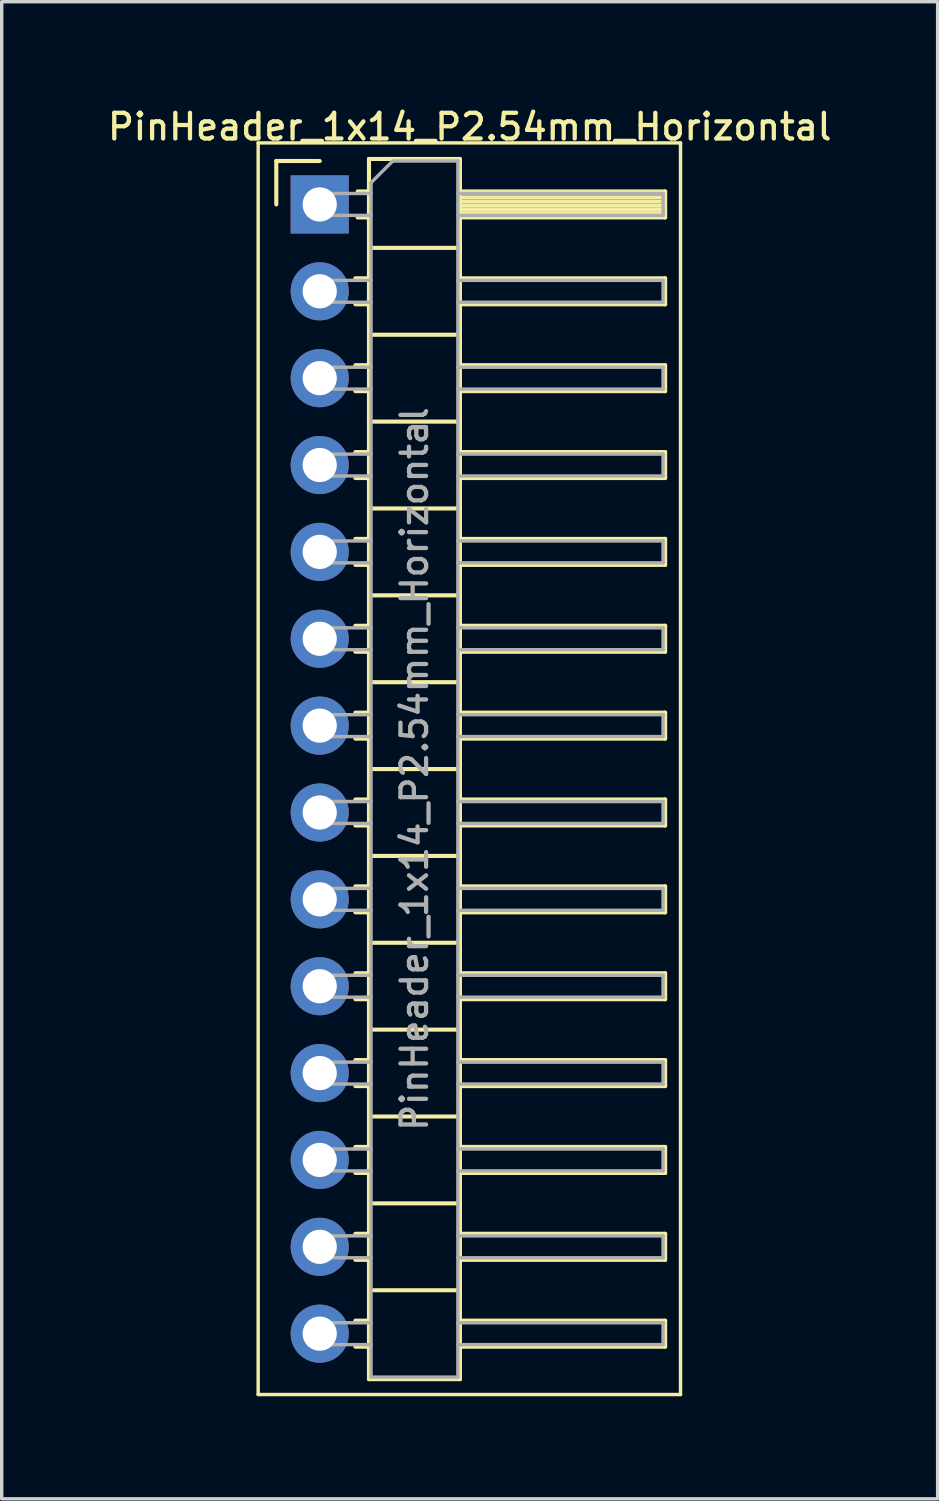
<source format=kicad_pcb>
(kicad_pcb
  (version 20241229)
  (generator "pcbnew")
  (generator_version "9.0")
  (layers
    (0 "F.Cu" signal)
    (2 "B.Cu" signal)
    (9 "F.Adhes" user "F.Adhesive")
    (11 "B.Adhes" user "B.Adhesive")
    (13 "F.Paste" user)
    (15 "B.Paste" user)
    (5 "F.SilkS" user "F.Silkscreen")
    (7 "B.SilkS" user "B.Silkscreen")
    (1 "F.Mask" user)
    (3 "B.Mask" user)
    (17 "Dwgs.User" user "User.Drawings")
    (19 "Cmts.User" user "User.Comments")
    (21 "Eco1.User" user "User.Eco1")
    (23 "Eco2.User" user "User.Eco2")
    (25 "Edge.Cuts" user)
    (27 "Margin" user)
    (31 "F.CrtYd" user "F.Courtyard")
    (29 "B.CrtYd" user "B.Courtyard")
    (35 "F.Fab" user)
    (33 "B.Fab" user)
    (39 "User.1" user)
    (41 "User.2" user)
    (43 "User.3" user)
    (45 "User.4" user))
  (footprint "PinHeader_1x14_P2.54mm_Horizontal"
    (layer "F.Cu")
    (at 6.299 2.928)
    (property "Reference" "PinHeader_1x14_P2.54mm_Horizontal" (at 4.385 -2.27 0) (layer "F.SilkS") (effects (font (size 0.75 0.75) (thickness 0.125))))
    (attr through_hole)
    (fp_line (start -1.8 -1.8) (end -1.8 34.8) (stroke (width 0.1) (type solid)) (layer "F.SilkS"))
    (fp_line (start -1.8 34.8) (end 10.55 34.8) (stroke (width 0.1) (type solid)) (layer "F.SilkS"))
    (fp_line (start -1.27 -1.27) (end 0 -1.27) (stroke (width 0.12) (type solid)) (layer "F.SilkS"))
    (fp_line (start -1.27 0) (end -1.27 -1.27) (stroke (width 0.12) (type solid)) (layer "F.SilkS"))
    (fp_line (start 1.043 2.16) (end 1.44 2.16) (stroke (width 0.12) (type solid)) (layer "F.SilkS"))
    (fp_line (start 1.043 2.92) (end 1.44 2.92) (stroke (width 0.12) (type solid)) (layer "F.SilkS"))
    (fp_line (start 1.043 4.7) (end 1.44 4.7) (stroke (width 0.12) (type solid)) (layer "F.SilkS"))
    (fp_line (start 1.043 5.46) (end 1.44 5.46) (stroke (width 0.12) (type solid)) (layer "F.SilkS"))
    (fp_line (start 1.043 7.24) (end 1.44 7.24) (stroke (width 0.12) (type solid)) (layer "F.SilkS"))
    (fp_line (start 1.043 8) (end 1.44 8) (stroke (width 0.12) (type solid)) (layer "F.SilkS"))
    (fp_line (start 1.043 9.78) (end 1.44 9.78) (stroke (width 0.12) (type solid)) (layer "F.SilkS"))
    (fp_line (start 1.043 10.54) (end 1.44 10.54) (stroke (width 0.12) (type solid)) (layer "F.SilkS"))
    (fp_line (start 1.043 12.32) (end 1.44 12.32) (stroke (width 0.12) (type solid)) (layer "F.SilkS"))
    (fp_line (start 1.043 13.08) (end 1.44 13.08) (stroke (width 0.12) (type solid)) (layer "F.SilkS"))
    (fp_line (start 1.043 14.86) (end 1.44 14.86) (stroke (width 0.12) (type solid)) (layer "F.SilkS"))
    (fp_line (start 1.043 15.62) (end 1.44 15.62) (stroke (width 0.12) (type solid)) (layer "F.SilkS"))
    (fp_line (start 1.043 17.4) (end 1.44 17.4) (stroke (width 0.12) (type solid)) (layer "F.SilkS"))
    (fp_line (start 1.043 18.16) (end 1.44 18.16) (stroke (width 0.12) (type solid)) (layer "F.SilkS"))
    (fp_line (start 1.043 19.94) (end 1.44 19.94) (stroke (width 0.12) (type solid)) (layer "F.SilkS"))
    (fp_line (start 1.043 20.7) (end 1.44 20.7) (stroke (width 0.12) (type solid)) (layer "F.SilkS"))
    (fp_line (start 1.043 22.48) (end 1.44 22.48) (stroke (width 0.12) (type solid)) (layer "F.SilkS"))
    (fp_line (start 1.043 23.24) (end 1.44 23.24) (stroke (width 0.12) (type solid)) (layer "F.SilkS"))
    (fp_line (start 1.043 25.02) (end 1.44 25.02) (stroke (width 0.12) (type solid)) (layer "F.SilkS"))
    (fp_line (start 1.043 25.78) (end 1.44 25.78) (stroke (width 0.12) (type solid)) (layer "F.SilkS"))
    (fp_line (start 1.043 27.56) (end 1.44 27.56) (stroke (width 0.12) (type solid)) (layer "F.SilkS"))
    (fp_line (start 1.043 28.32) (end 1.44 28.32) (stroke (width 0.12) (type solid)) (layer "F.SilkS"))
    (fp_line (start 1.043 30.1) (end 1.44 30.1) (stroke (width 0.12) (type solid)) (layer "F.SilkS"))
    (fp_line (start 1.043 30.86) (end 1.44 30.86) (stroke (width 0.12) (type solid)) (layer "F.SilkS"))
    (fp_line (start 1.043 32.64) (end 1.44 32.64) (stroke (width 0.12) (type solid)) (layer "F.SilkS"))
    (fp_line (start 1.043 33.4) (end 1.44 33.4) (stroke (width 0.12) (type solid)) (layer "F.SilkS"))
    (fp_line (start 1.11 -0.38) (end 1.44 -0.38) (stroke (width 0.12) (type solid)) (layer "F.SilkS"))
    (fp_line (start 1.11 0.38) (end 1.44 0.38) (stroke (width 0.12) (type solid)) (layer "F.SilkS"))
    (fp_line (start 1.44 -1.33) (end 1.44 34.35) (stroke (width 0.12) (type solid)) (layer "F.SilkS"))
    (fp_line (start 1.44 1.27) (end 4.1 1.27) (stroke (width 0.12) (type solid)) (layer "F.SilkS"))
    (fp_line (start 1.44 3.81) (end 4.1 3.81) (stroke (width 0.12) (type solid)) (layer "F.SilkS"))
    (fp_line (start 1.44 6.35) (end 4.1 6.35) (stroke (width 0.12) (type solid)) (layer "F.SilkS"))
    (fp_line (start 1.44 8.89) (end 4.1 8.89) (stroke (width 0.12) (type solid)) (layer "F.SilkS"))
    (fp_line (start 1.44 11.43) (end 4.1 11.43) (stroke (width 0.12) (type solid)) (layer "F.SilkS"))
    (fp_line (start 1.44 13.97) (end 4.1 13.97) (stroke (width 0.12) (type solid)) (layer "F.SilkS"))
    (fp_line (start 1.44 16.51) (end 4.1 16.51) (stroke (width 0.12) (type solid)) (layer "F.SilkS"))
    (fp_line (start 1.44 19.05) (end 4.1 19.05) (stroke (width 0.12) (type solid)) (layer "F.SilkS"))
    (fp_line (start 1.44 21.59) (end 4.1 21.59) (stroke (width 0.12) (type solid)) (layer "F.SilkS"))
    (fp_line (start 1.44 24.13) (end 4.1 24.13) (stroke (width 0.12) (type solid)) (layer "F.SilkS"))
    (fp_line (start 1.44 26.67) (end 4.1 26.67) (stroke (width 0.12) (type solid)) (layer "F.SilkS"))
    (fp_line (start 1.44 29.21) (end 4.1 29.21) (stroke (width 0.12) (type solid)) (layer "F.SilkS"))
    (fp_line (start 1.44 31.75) (end 4.1 31.75) (stroke (width 0.12) (type solid)) (layer "F.SilkS"))
    (fp_line (start 1.44 34.35) (end 4.1 34.35) (stroke (width 0.12) (type solid)) (layer "F.SilkS"))
    (fp_line (start 4.1 -1.33) (end 1.44 -1.33) (stroke (width 0.12) (type solid)) (layer "F.SilkS"))
    (fp_line (start 4.1 -0.38) (end 10.1 -0.38) (stroke (width 0.12) (type solid)) (layer "F.SilkS"))
    (fp_line (start 4.1 -0.32) (end 10.1 -0.32) (stroke (width 0.12) (type solid)) (layer "F.SilkS"))
    (fp_line (start 4.1 -0.2) (end 10.1 -0.2) (stroke (width 0.12) (type solid)) (layer "F.SilkS"))
    (fp_line (start 4.1 -0.08) (end 10.1 -0.08) (stroke (width 0.12) (type solid)) (layer "F.SilkS"))
    (fp_line (start 4.1 0.04) (end 10.1 0.04) (stroke (width 0.12) (type solid)) (layer "F.SilkS"))
    (fp_line (start 4.1 0.16) (end 10.1 0.16) (stroke (width 0.12) (type solid)) (layer "F.SilkS"))
    (fp_line (start 4.1 0.28) (end 10.1 0.28) (stroke (width 0.12) (type solid)) (layer "F.SilkS"))
    (fp_line (start 4.1 2.16) (end 10.1 2.16) (stroke (width 0.12) (type solid)) (layer "F.SilkS"))
    (fp_line (start 4.1 4.7) (end 10.1 4.7) (stroke (width 0.12) (type solid)) (layer "F.SilkS"))
    (fp_line (start 4.1 7.24) (end 10.1 7.24) (stroke (width 0.12) (type solid)) (layer "F.SilkS"))
    (fp_line (start 4.1 9.78) (end 10.1 9.78) (stroke (width 0.12) (type solid)) (layer "F.SilkS"))
    (fp_line (start 4.1 12.32) (end 10.1 12.32) (stroke (width 0.12) (type solid)) (layer "F.SilkS"))
    (fp_line (start 4.1 14.86) (end 10.1 14.86) (stroke (width 0.12) (type solid)) (layer "F.SilkS"))
    (fp_line (start 4.1 17.4) (end 10.1 17.4) (stroke (width 0.12) (type solid)) (layer "F.SilkS"))
    (fp_line (start 4.1 19.94) (end 10.1 19.94) (stroke (width 0.12) (type solid)) (layer "F.SilkS"))
    (fp_line (start 4.1 22.48) (end 10.1 22.48) (stroke (width 0.12) (type solid)) (layer "F.SilkS"))
    (fp_line (start 4.1 25.02) (end 10.1 25.02) (stroke (width 0.12) (type solid)) (layer "F.SilkS"))
    (fp_line (start 4.1 27.56) (end 10.1 27.56) (stroke (width 0.12) (type solid)) (layer "F.SilkS"))
    (fp_line (start 4.1 30.1) (end 10.1 30.1) (stroke (width 0.12) (type solid)) (layer "F.SilkS"))
    (fp_line (start 4.1 32.64) (end 10.1 32.64) (stroke (width 0.12) (type solid)) (layer "F.SilkS"))
    (fp_line (start 4.1 34.35) (end 4.1 -1.33) (stroke (width 0.12) (type solid)) (layer "F.SilkS"))
    (fp_line (start 10.1 -0.38) (end 10.1 0.38) (stroke (width 0.12) (type solid)) (layer "F.SilkS"))
    (fp_line (start 10.1 0.38) (end 4.1 0.38) (stroke (width 0.12) (type solid)) (layer "F.SilkS"))
    (fp_line (start 10.1 2.16) (end 10.1 2.92) (stroke (width 0.12) (type solid)) (layer "F.SilkS"))
    (fp_line (start 10.1 2.92) (end 4.1 2.92) (stroke (width 0.12) (type solid)) (layer "F.SilkS"))
    (fp_line (start 10.1 4.7) (end 10.1 5.46) (stroke (width 0.12) (type solid)) (layer "F.SilkS"))
    (fp_line (start 10.1 5.46) (end 4.1 5.46) (stroke (width 0.12) (type solid)) (layer "F.SilkS"))
    (fp_line (start 10.1 7.24) (end 10.1 8) (stroke (width 0.12) (type solid)) (layer "F.SilkS"))
    (fp_line (start 10.1 8) (end 4.1 8) (stroke (width 0.12) (type solid)) (layer "F.SilkS"))
    (fp_line (start 10.1 9.78) (end 10.1 10.54) (stroke (width 0.12) (type solid)) (layer "F.SilkS"))
    (fp_line (start 10.1 10.54) (end 4.1 10.54) (stroke (width 0.12) (type solid)) (layer "F.SilkS"))
    (fp_line (start 10.1 12.32) (end 10.1 13.08) (stroke (width 0.12) (type solid)) (layer "F.SilkS"))
    (fp_line (start 10.1 13.08) (end 4.1 13.08) (stroke (width 0.12) (type solid)) (layer "F.SilkS"))
    (fp_line (start 10.1 14.86) (end 10.1 15.62) (stroke (width 0.12) (type solid)) (layer "F.SilkS"))
    (fp_line (start 10.1 15.62) (end 4.1 15.62) (stroke (width 0.12) (type solid)) (layer "F.SilkS"))
    (fp_line (start 10.1 17.4) (end 10.1 18.16) (stroke (width 0.12) (type solid)) (layer "F.SilkS"))
    (fp_line (start 10.1 18.16) (end 4.1 18.16) (stroke (width 0.12) (type solid)) (layer "F.SilkS"))
    (fp_line (start 10.1 19.94) (end 10.1 20.7) (stroke (width 0.12) (type solid)) (layer "F.SilkS"))
    (fp_line (start 10.1 20.7) (end 4.1 20.7) (stroke (width 0.12) (type solid)) (layer "F.SilkS"))
    (fp_line (start 10.1 22.48) (end 10.1 23.24) (stroke (width 0.12) (type solid)) (layer "F.SilkS"))
    (fp_line (start 10.1 23.24) (end 4.1 23.24) (stroke (width 0.12) (type solid)) (layer "F.SilkS"))
    (fp_line (start 10.1 25.02) (end 10.1 25.78) (stroke (width 0.12) (type solid)) (layer "F.SilkS"))
    (fp_line (start 10.1 25.78) (end 4.1 25.78) (stroke (width 0.12) (type solid)) (layer "F.SilkS"))
    (fp_line (start 10.1 27.56) (end 10.1 28.32) (stroke (width 0.12) (type solid)) (layer "F.SilkS"))
    (fp_line (start 10.1 28.32) (end 4.1 28.32) (stroke (width 0.12) (type solid)) (layer "F.SilkS"))
    (fp_line (start 10.1 30.1) (end 10.1 30.86) (stroke (width 0.12) (type solid)) (layer "F.SilkS"))
    (fp_line (start 10.1 30.86) (end 4.1 30.86) (stroke (width 0.12) (type solid)) (layer "F.SilkS"))
    (fp_line (start 10.1 32.64) (end 10.1 33.4) (stroke (width 0.12) (type solid)) (layer "F.SilkS"))
    (fp_line (start 10.1 33.4) (end 4.1 33.4) (stroke (width 0.12) (type solid)) (layer "F.SilkS"))
    (fp_line (start 10.55 -1.8) (end -1.8 -1.8) (stroke (width 0.1) (type solid)) (layer "F.SilkS"))
    (fp_line (start 10.55 34.8) (end 10.55 -1.8) (stroke (width 0.1) (type solid)) (layer "F.SilkS"))
    (fp_line (start -0.32 -0.32) (end -0.32 0.32) (stroke (width 0.1) (type solid)) (layer "F.Fab"))
    (fp_line (start -0.32 -0.32) (end 1.5 -0.32) (stroke (width 0.1) (type solid)) (layer "F.Fab"))
    (fp_line (start -0.32 0.32) (end 1.5 0.32) (stroke (width 0.1) (type solid)) (layer "F.Fab"))
    (fp_line (start -0.32 2.22) (end -0.32 2.86) (stroke (width 0.1) (type solid)) (layer "F.Fab"))
    (fp_line (start -0.32 2.22) (end 1.5 2.22) (stroke (width 0.1) (type solid)) (layer "F.Fab"))
    (fp_line (start -0.32 2.86) (end 1.5 2.86) (stroke (width 0.1) (type solid)) (layer "F.Fab"))
    (fp_line (start -0.32 4.76) (end -0.32 5.4) (stroke (width 0.1) (type solid)) (layer "F.Fab"))
    (fp_line (start -0.32 4.76) (end 1.5 4.76) (stroke (width 0.1) (type solid)) (layer "F.Fab"))
    (fp_line (start -0.32 5.4) (end 1.5 5.4) (stroke (width 0.1) (type solid)) (layer "F.Fab"))
    (fp_line (start -0.32 7.3) (end -0.32 7.94) (stroke (width 0.1) (type solid)) (layer "F.Fab"))
    (fp_line (start -0.32 7.3) (end 1.5 7.3) (stroke (width 0.1) (type solid)) (layer "F.Fab"))
    (fp_line (start -0.32 7.94) (end 1.5 7.94) (stroke (width 0.1) (type solid)) (layer "F.Fab"))
    (fp_line (start -0.32 9.84) (end -0.32 10.48) (stroke (width 0.1) (type solid)) (layer "F.Fab"))
    (fp_line (start -0.32 9.84) (end 1.5 9.84) (stroke (width 0.1) (type solid)) (layer "F.Fab"))
    (fp_line (start -0.32 10.48) (end 1.5 10.48) (stroke (width 0.1) (type solid)) (layer "F.Fab"))
    (fp_line (start -0.32 12.38) (end -0.32 13.02) (stroke (width 0.1) (type solid)) (layer "F.Fab"))
    (fp_line (start -0.32 12.38) (end 1.5 12.38) (stroke (width 0.1) (type solid)) (layer "F.Fab"))
    (fp_line (start -0.32 13.02) (end 1.5 13.02) (stroke (width 0.1) (type solid)) (layer "F.Fab"))
    (fp_line (start -0.32 14.92) (end -0.32 15.56) (stroke (width 0.1) (type solid)) (layer "F.Fab"))
    (fp_line (start -0.32 14.92) (end 1.5 14.92) (stroke (width 0.1) (type solid)) (layer "F.Fab"))
    (fp_line (start -0.32 15.56) (end 1.5 15.56) (stroke (width 0.1) (type solid)) (layer "F.Fab"))
    (fp_line (start -0.32 17.46) (end -0.32 18.1) (stroke (width 0.1) (type solid)) (layer "F.Fab"))
    (fp_line (start -0.32 17.46) (end 1.5 17.46) (stroke (width 0.1) (type solid)) (layer "F.Fab"))
    (fp_line (start -0.32 18.1) (end 1.5 18.1) (stroke (width 0.1) (type solid)) (layer "F.Fab"))
    (fp_line (start -0.32 20) (end -0.32 20.64) (stroke (width 0.1) (type solid)) (layer "F.Fab"))
    (fp_line (start -0.32 20) (end 1.5 20) (stroke (width 0.1) (type solid)) (layer "F.Fab"))
    (fp_line (start -0.32 20.64) (end 1.5 20.64) (stroke (width 0.1) (type solid)) (layer "F.Fab"))
    (fp_line (start -0.32 22.54) (end -0.32 23.18) (stroke (width 0.1) (type solid)) (layer "F.Fab"))
    (fp_line (start -0.32 22.54) (end 1.5 22.54) (stroke (width 0.1) (type solid)) (layer "F.Fab"))
    (fp_line (start -0.32 23.18) (end 1.5 23.18) (stroke (width 0.1) (type solid)) (layer "F.Fab"))
    (fp_line (start -0.32 25.08) (end -0.32 25.72) (stroke (width 0.1) (type solid)) (layer "F.Fab"))
    (fp_line (start -0.32 25.08) (end 1.5 25.08) (stroke (width 0.1) (type solid)) (layer "F.Fab"))
    (fp_line (start -0.32 25.72) (end 1.5 25.72) (stroke (width 0.1) (type solid)) (layer "F.Fab"))
    (fp_line (start -0.32 27.62) (end -0.32 28.26) (stroke (width 0.1) (type solid)) (layer "F.Fab"))
    (fp_line (start -0.32 27.62) (end 1.5 27.62) (stroke (width 0.1) (type solid)) (layer "F.Fab"))
    (fp_line (start -0.32 28.26) (end 1.5 28.26) (stroke (width 0.1) (type solid)) (layer "F.Fab"))
    (fp_line (start -0.32 30.16) (end -0.32 30.8) (stroke (width 0.1) (type solid)) (layer "F.Fab"))
    (fp_line (start -0.32 30.16) (end 1.5 30.16) (stroke (width 0.1) (type solid)) (layer "F.Fab"))
    (fp_line (start -0.32 30.8) (end 1.5 30.8) (stroke (width 0.1) (type solid)) (layer "F.Fab"))
    (fp_line (start -0.32 32.7) (end -0.32 33.34) (stroke (width 0.1) (type solid)) (layer "F.Fab"))
    (fp_line (start -0.32 32.7) (end 1.5 32.7) (stroke (width 0.1) (type solid)) (layer "F.Fab"))
    (fp_line (start -0.32 33.34) (end 1.5 33.34) (stroke (width 0.1) (type solid)) (layer "F.Fab"))
    (fp_line (start 1.5 -0.635) (end 2.135 -1.27) (stroke (width 0.1) (type solid)) (layer "F.Fab"))
    (fp_line (start 1.5 34.29) (end 1.5 -0.635) (stroke (width 0.1) (type solid)) (layer "F.Fab"))
    (fp_line (start 2.135 -1.27) (end 4.04 -1.27) (stroke (width 0.1) (type solid)) (layer "F.Fab"))
    (fp_line (start 4.04 -1.27) (end 4.04 34.29) (stroke (width 0.1) (type solid)) (layer "F.Fab"))
    (fp_line (start 4.04 -0.32) (end 10.04 -0.32) (stroke (width 0.1) (type solid)) (layer "F.Fab"))
    (fp_line (start 4.04 0.32) (end 10.04 0.32) (stroke (width 0.1) (type solid)) (layer "F.Fab"))
    (fp_line (start 4.04 2.22) (end 10.04 2.22) (stroke (width 0.1) (type solid)) (layer "F.Fab"))
    (fp_line (start 4.04 2.86) (end 10.04 2.86) (stroke (width 0.1) (type solid)) (layer "F.Fab"))
    (fp_line (start 4.04 4.76) (end 10.04 4.76) (stroke (width 0.1) (type solid)) (layer "F.Fab"))
    (fp_line (start 4.04 5.4) (end 10.04 5.4) (stroke (width 0.1) (type solid)) (layer "F.Fab"))
    (fp_line (start 4.04 7.3) (end 10.04 7.3) (stroke (width 0.1) (type solid)) (layer "F.Fab"))
    (fp_line (start 4.04 7.94) (end 10.04 7.94) (stroke (width 0.1) (type solid)) (layer "F.Fab"))
    (fp_line (start 4.04 9.84) (end 10.04 9.84) (stroke (width 0.1) (type solid)) (layer "F.Fab"))
    (fp_line (start 4.04 10.48) (end 10.04 10.48) (stroke (width 0.1) (type solid)) (layer "F.Fab"))
    (fp_line (start 4.04 12.38) (end 10.04 12.38) (stroke (width 0.1) (type solid)) (layer "F.Fab"))
    (fp_line (start 4.04 13.02) (end 10.04 13.02) (stroke (width 0.1) (type solid)) (layer "F.Fab"))
    (fp_line (start 4.04 14.92) (end 10.04 14.92) (stroke (width 0.1) (type solid)) (layer "F.Fab"))
    (fp_line (start 4.04 15.56) (end 10.04 15.56) (stroke (width 0.1) (type solid)) (layer "F.Fab"))
    (fp_line (start 4.04 17.46) (end 10.04 17.46) (stroke (width 0.1) (type solid)) (layer "F.Fab"))
    (fp_line (start 4.04 18.1) (end 10.04 18.1) (stroke (width 0.1) (type solid)) (layer "F.Fab"))
    (fp_line (start 4.04 20) (end 10.04 20) (stroke (width 0.1) (type solid)) (layer "F.Fab"))
    (fp_line (start 4.04 20.64) (end 10.04 20.64) (stroke (width 0.1) (type solid)) (layer "F.Fab"))
    (fp_line (start 4.04 22.54) (end 10.04 22.54) (stroke (width 0.1) (type solid)) (layer "F.Fab"))
    (fp_line (start 4.04 23.18) (end 10.04 23.18) (stroke (width 0.1) (type solid)) (layer "F.Fab"))
    (fp_line (start 4.04 25.08) (end 10.04 25.08) (stroke (width 0.1) (type solid)) (layer "F.Fab"))
    (fp_line (start 4.04 25.72) (end 10.04 25.72) (stroke (width 0.1) (type solid)) (layer "F.Fab"))
    (fp_line (start 4.04 27.62) (end 10.04 27.62) (stroke (width 0.1) (type solid)) (layer "F.Fab"))
    (fp_line (start 4.04 28.26) (end 10.04 28.26) (stroke (width 0.1) (type solid)) (layer "F.Fab"))
    (fp_line (start 4.04 30.16) (end 10.04 30.16) (stroke (width 0.1) (type solid)) (layer "F.Fab"))
    (fp_line (start 4.04 30.8) (end 10.04 30.8) (stroke (width 0.1) (type solid)) (layer "F.Fab"))
    (fp_line (start 4.04 32.7) (end 10.04 32.7) (stroke (width 0.1) (type solid)) (layer "F.Fab"))
    (fp_line (start 4.04 33.34) (end 10.04 33.34) (stroke (width 0.1) (type solid)) (layer "F.Fab"))
    (fp_line (start 4.04 34.29) (end 1.5 34.29) (stroke (width 0.1) (type solid)) (layer "F.Fab"))
    (fp_line (start 10.04 -0.32) (end 10.04 0.32) (stroke (width 0.1) (type solid)) (layer "F.Fab"))
    (fp_line (start 10.04 2.22) (end 10.04 2.86) (stroke (width 0.1) (type solid)) (layer "F.Fab"))
    (fp_line (start 10.04 4.76) (end 10.04 5.4) (stroke (width 0.1) (type solid)) (layer "F.Fab"))
    (fp_line (start 10.04 7.3) (end 10.04 7.94) (stroke (width 0.1) (type solid)) (layer "F.Fab"))
    (fp_line (start 10.04 9.84) (end 10.04 10.48) (stroke (width 0.1) (type solid)) (layer "F.Fab"))
    (fp_line (start 10.04 12.38) (end 10.04 13.02) (stroke (width 0.1) (type solid)) (layer "F.Fab"))
    (fp_line (start 10.04 14.92) (end 10.04 15.56) (stroke (width 0.1) (type solid)) (layer "F.Fab"))
    (fp_line (start 10.04 17.46) (end 10.04 18.1) (stroke (width 0.1) (type solid)) (layer "F.Fab"))
    (fp_line (start 10.04 20) (end 10.04 20.64) (stroke (width 0.1) (type solid)) (layer "F.Fab"))
    (fp_line (start 10.04 22.54) (end 10.04 23.18) (stroke (width 0.1) (type solid)) (layer "F.Fab"))
    (fp_line (start 10.04 25.08) (end 10.04 25.72) (stroke (width 0.1) (type solid)) (layer "F.Fab"))
    (fp_line (start 10.04 27.62) (end 10.04 28.26) (stroke (width 0.1) (type solid)) (layer "F.Fab"))
    (fp_line (start 10.04 30.16) (end 10.04 30.8) (stroke (width 0.1) (type solid)) (layer "F.Fab"))
    (fp_line (start 10.04 32.7) (end 10.04 33.34) (stroke (width 0.1) (type solid)) (layer "F.Fab"))
    (fp_text user "${REFERENCE}" (at 2.77 16.51 90) (layer "F.Fab") (effects (font (size 0.75 0.75) (thickness 0.125))))
    (pad "1" thru_hole rect (at 0 0) (size 1.7 1.7) (drill 1) (layers "*.Cu" "*.Mask"))
    (pad "2" thru_hole oval (at 0 2.54) (size 1.7 1.7) (drill 1) (layers "*.Cu" "*.Mask"))
    (pad "3" thru_hole oval (at 0 5.08) (size 1.7 1.7) (drill 1) (layers "*.Cu" "*.Mask"))
    (pad "4" thru_hole oval (at 0 7.62) (size 1.7 1.7) (drill 1) (layers "*.Cu" "*.Mask"))
    (pad "5" thru_hole oval (at 0 10.16) (size 1.7 1.7) (drill 1) (layers "*.Cu" "*.Mask"))
    (pad "6" thru_hole oval (at 0 12.7) (size 1.7 1.7) (drill 1) (layers "*.Cu" "*.Mask"))
    (pad "7" thru_hole oval (at 0 15.24) (size 1.7 1.7) (drill 1) (layers "*.Cu" "*.Mask"))
    (pad "8" thru_hole oval (at 0 17.78) (size 1.7 1.7) (drill 1) (layers "*.Cu" "*.Mask"))
    (pad "9" thru_hole oval (at 0 20.32) (size 1.7 1.7) (drill 1) (layers "*.Cu" "*.Mask"))
    (pad "10" thru_hole oval (at 0 22.86) (size 1.7 1.7) (drill 1) (layers "*.Cu" "*.Mask"))
    (pad "11" thru_hole oval (at 0 25.4) (size 1.7 1.7) (drill 1) (layers "*.Cu" "*.Mask"))
    (pad "12" thru_hole oval (at 0 27.94) (size 1.7 1.7) (drill 1) (layers "*.Cu" "*.Mask"))
    (pad "13" thru_hole oval (at 0 30.48) (size 1.7 1.7) (drill 1) (layers "*.Cu" "*.Mask"))
    (pad "14" thru_hole oval (at 0 33.02) (size 1.7 1.7) (drill 1) (layers "*.Cu" "*.Mask")))
  (gr_rect
    (start -3 -3)
    (end 24.368 40.778)
    (stroke (width 0.1) (type default))
    (fill no)
    (layer "Edge.Cuts")))
</source>
